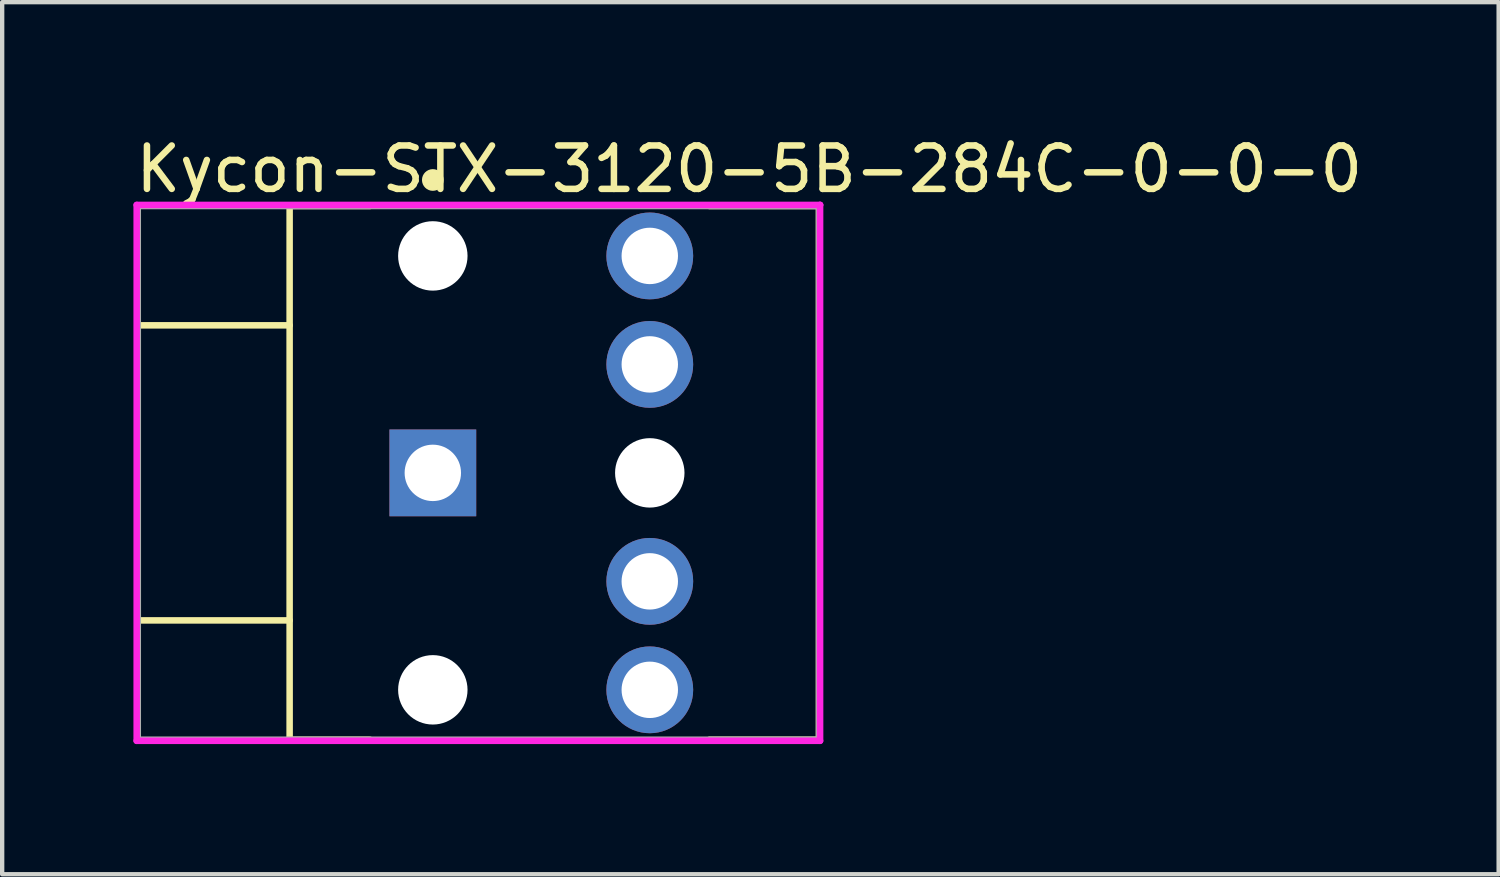
<source format=kicad_pcb>
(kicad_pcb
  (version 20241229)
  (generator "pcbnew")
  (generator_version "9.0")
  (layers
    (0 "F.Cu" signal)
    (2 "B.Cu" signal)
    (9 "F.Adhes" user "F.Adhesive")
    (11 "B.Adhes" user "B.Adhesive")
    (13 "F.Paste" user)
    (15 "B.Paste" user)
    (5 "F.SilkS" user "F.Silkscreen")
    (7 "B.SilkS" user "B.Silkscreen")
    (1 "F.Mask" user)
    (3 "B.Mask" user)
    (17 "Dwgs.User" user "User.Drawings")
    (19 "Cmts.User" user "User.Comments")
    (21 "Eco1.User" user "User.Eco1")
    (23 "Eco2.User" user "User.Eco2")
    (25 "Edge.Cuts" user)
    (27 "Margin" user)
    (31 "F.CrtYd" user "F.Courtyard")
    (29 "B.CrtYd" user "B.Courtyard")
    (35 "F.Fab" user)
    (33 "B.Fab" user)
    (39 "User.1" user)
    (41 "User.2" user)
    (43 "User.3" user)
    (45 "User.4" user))
  (footprint "Kycon-STX-3120-5B-284C-0-0-0"
    (layer "F.Cu")
    (at 7.975 7.848)
    (property "Reference" "Kycon-STX-3120-5B-284C-0-0-0" (at -7.975 -7 0) (layer "F.SilkS") (effects (font (size 1 1) (thickness 0.15)) (justify left)))
    (attr through_hole)
    (fp_line (start -7.85 -3.4) (end -7.85 3.4) (stroke (width 0.15) (type solid)) (layer "F.SilkS"))
    (fp_line (start -7.85 3.4) (end -4.35 3.4) (stroke (width 0.15) (type solid)) (layer "F.SilkS"))
    (fp_line (start -4.35 -6.15) (end -4.35 6.15) (stroke (width 0.15) (type solid)) (layer "F.SilkS"))
    (fp_line (start -4.35 -6.15) (end -2.5 -6.15) (stroke (width 0.15) (type solid)) (layer "F.SilkS"))
    (fp_line (start -4.35 -3.4) (end -7.85 -3.4) (stroke (width 0.15) (type solid)) (layer "F.SilkS"))
    (fp_line (start -4.35 6.15) (end -2.5 6.15) (stroke (width 0.15) (type solid)) (layer "F.SilkS"))
    (fp_line (start 5.325 -6.15) (end 7.85 -6.15) (stroke (width 0.15) (type solid)) (layer "F.SilkS"))
    (fp_line (start 5.325 6.15) (end 7.85 6.15) (stroke (width 0.15) (type solid)) (layer "F.SilkS"))
    (fp_line (start 7.85 6.15) (end 7.85 -6.15) (stroke (width 0.15) (type solid)) (layer "F.SilkS"))
    (fp_circle (center -1.05 -6.75) (end -0.925 -6.75) (stroke (width 0.25) (type solid)) (fill no) (layer "F.SilkS"))
    (fp_line (start -7.875 -6.175) (end -7.875 6.175) (stroke (width 0.15) (type solid)) (layer "F.CrtYd"))
    (fp_line (start -7.875 6.175) (end 7.875 6.175) (stroke (width 0.15) (type solid)) (layer "F.CrtYd"))
    (fp_line (start 7.875 -6.175) (end -7.875 -6.175) (stroke (width 0.15) (type solid)) (layer "F.CrtYd"))
    (fp_line (start 7.875 -6.175) (end 7.875 -6.175) (stroke (width 0.15) (type solid)) (layer "F.CrtYd"))
    (fp_line (start 7.875 6.175) (end 7.875 -6.175) (stroke (width 0.15) (type solid)) (layer "F.CrtYd"))
    (fp_line (start -7.85 -6.15) (end 7.85 -6.15) (stroke (width 0.15) (type solid)) (layer "F.Fab"))
    (fp_line (start -7.85 6.15) (end -7.85 -6.15) (stroke (width 0.15) (type solid)) (layer "F.Fab"))
    (fp_line (start 7.85 -6.15) (end 7.85 6.15) (stroke (width 0.15) (type solid)) (layer "F.Fab"))
    (fp_line (start 7.85 6.15) (end -7.85 6.15) (stroke (width 0.15) (type solid)) (layer "F.Fab"))
    (pad "" np_thru_hole circle (at -1.05 -5) (size 1.6 1.6) (drill 1.6) (layers "*.Cu" "*.Mask"))
    (pad "" np_thru_hole circle (at -1.05 5) (size 1.6 1.6) (drill 1.6) (layers "*.Cu" "*.Mask"))
    (pad "" np_thru_hole circle (at 3.95 0) (size 1.6 1.6) (drill 1.6) (layers "*.Cu" "*.Mask"))
    (pad "1" thru_hole rect (at -1.05 0) (size 2 2) (drill 1.3) (layers "*.Cu"))
    (pad "2" thru_hole circle (at 3.95 -5) (size 2 2) (drill 1.3) (layers "*.Cu"))
    (pad "3" thru_hole circle (at 3.95 -2.5) (size 2 2) (drill 1.3) (layers "*.Cu"))
    (pad "4" thru_hole circle (at 3.95 2.5) (size 2 2) (drill 1.3) (layers "*.Cu"))
    (pad "5" thru_hole circle (at 3.95 5) (size 2 2) (drill 1.3) (layers "*.Cu")))
  (gr_rect
    (start -3 -3)
    (end 31.488 17.098)
    (stroke (width 0.1) (type default))
    (fill no)
    (layer "Edge.Cuts")))
</source>
